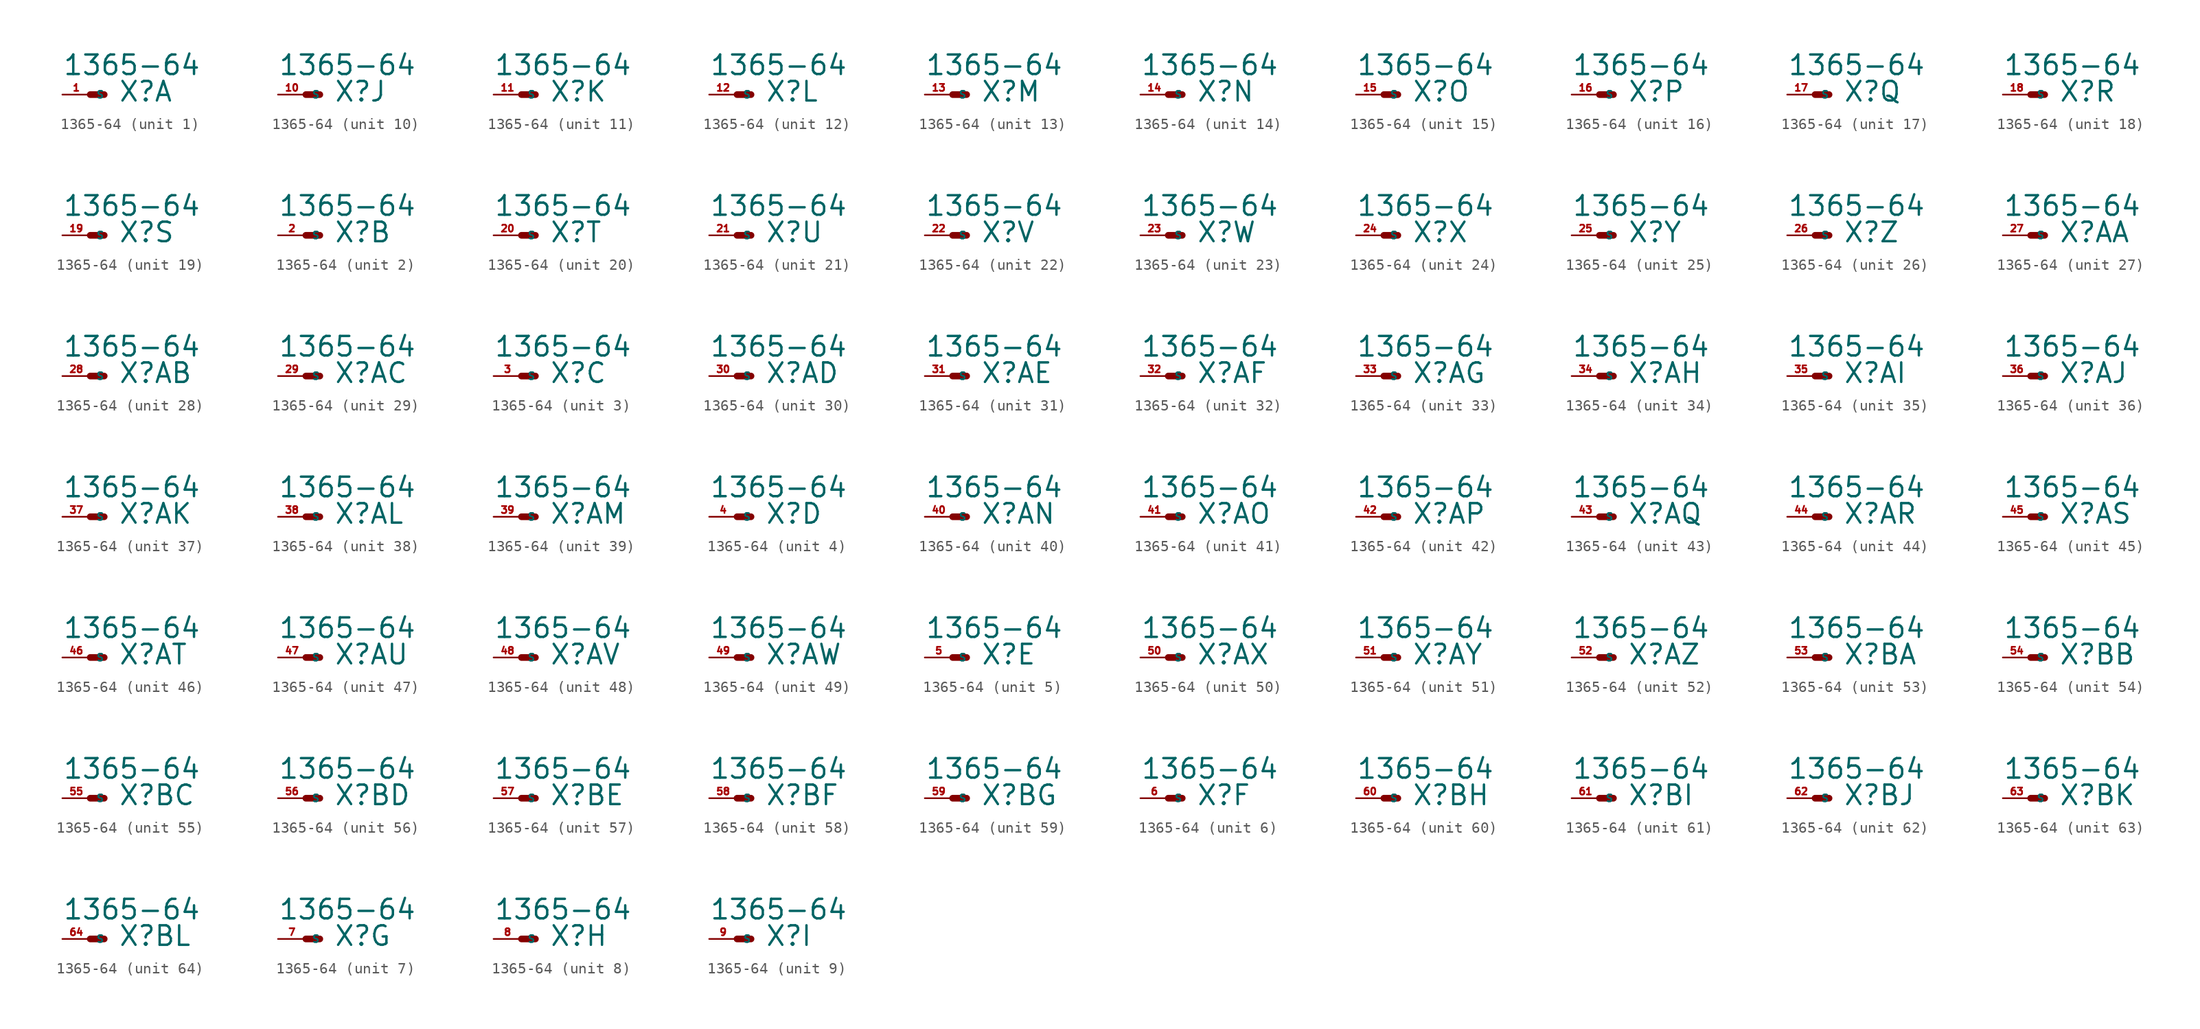
<source format=kicad_sym>
(kicad_symbol_lib
  (version 20220914)
  (generator Eagle2Kicad)
  (symbol "1365-64"
    (property "Reference" "X"
      (at 2.54 -0.762 0)
      (effects (font (size 1.778 1.778) (thickness 0.22)) (justify left bottom)))
    (property "Value" "1365-64"
      (at -2.54 1.651 0)
      (effects (font (size 1.778 1.778) (thickness 0.22)) (justify left bottom)))
    (symbol "1365-64_1_0"
      (polyline (pts (xy 0 0) (xy 1.27 0)) (stroke (width 0.61) (type default)) (fill (type none)))
      (pin passive line (at -2.54 0 0) (length 2.54) (name "S" (effects (font (size 0.635 0.635) (thickness 0.08)) (justify left bottom))) (number "1" (effects (font (size 0.635 0.635) (thickness 0.08)) (justify left bottom)))))
    (symbol "1365-64_2_0"
      (polyline (pts (xy 0 0) (xy 1.27 0)) (stroke (width 0.61) (type default)) (fill (type none)))
      (pin passive line (at -2.54 0 0) (length 2.54) (name "S" (effects (font (size 0.635 0.635) (thickness 0.08)) (justify left bottom))) (number "2" (effects (font (size 0.635 0.635) (thickness 0.08)) (justify left bottom)))))
    (symbol "1365-64_3_0"
      (polyline (pts (xy 0 0) (xy 1.27 0)) (stroke (width 0.61) (type default)) (fill (type none)))
      (pin passive line (at -2.54 0 0) (length 2.54) (name "S" (effects (font (size 0.635 0.635) (thickness 0.08)) (justify left bottom))) (number "3" (effects (font (size 0.635 0.635) (thickness 0.08)) (justify left bottom)))))
    (symbol "1365-64_4_0"
      (polyline (pts (xy 0 0) (xy 1.27 0)) (stroke (width 0.61) (type default)) (fill (type none)))
      (pin passive line (at -2.54 0 0) (length 2.54) (name "S" (effects (font (size 0.635 0.635) (thickness 0.08)) (justify left bottom))) (number "4" (effects (font (size 0.635 0.635) (thickness 0.08)) (justify left bottom)))))
    (symbol "1365-64_5_0"
      (polyline (pts (xy 0 0) (xy 1.27 0)) (stroke (width 0.61) (type default)) (fill (type none)))
      (pin passive line (at -2.54 0 0) (length 2.54) (name "S" (effects (font (size 0.635 0.635) (thickness 0.08)) (justify left bottom))) (number "5" (effects (font (size 0.635 0.635) (thickness 0.08)) (justify left bottom)))))
    (symbol "1365-64_6_0"
      (polyline (pts (xy 0 0) (xy 1.27 0)) (stroke (width 0.61) (type default)) (fill (type none)))
      (pin passive line (at -2.54 0 0) (length 2.54) (name "S" (effects (font (size 0.635 0.635) (thickness 0.08)) (justify left bottom))) (number "6" (effects (font (size 0.635 0.635) (thickness 0.08)) (justify left bottom)))))
    (symbol "1365-64_7_0"
      (polyline (pts (xy 0 0) (xy 1.27 0)) (stroke (width 0.61) (type default)) (fill (type none)))
      (pin passive line (at -2.54 0 0) (length 2.54) (name "S" (effects (font (size 0.635 0.635) (thickness 0.08)) (justify left bottom))) (number "7" (effects (font (size 0.635 0.635) (thickness 0.08)) (justify left bottom)))))
    (symbol "1365-64_8_0"
      (polyline (pts (xy 0 0) (xy 1.27 0)) (stroke (width 0.61) (type default)) (fill (type none)))
      (pin passive line (at -2.54 0 0) (length 2.54) (name "S" (effects (font (size 0.635 0.635) (thickness 0.08)) (justify left bottom))) (number "8" (effects (font (size 0.635 0.635) (thickness 0.08)) (justify left bottom)))))
    (symbol "1365-64_9_0"
      (polyline (pts (xy 0 0) (xy 1.27 0)) (stroke (width 0.61) (type default)) (fill (type none)))
      (pin passive line (at -2.54 0 0) (length 2.54) (name "S" (effects (font (size 0.635 0.635) (thickness 0.08)) (justify left bottom))) (number "9" (effects (font (size 0.635 0.635) (thickness 0.08)) (justify left bottom)))))
    (symbol "1365-64_10_0"
      (polyline (pts (xy 0 0) (xy 1.27 0)) (stroke (width 0.61) (type default)) (fill (type none)))
      (pin passive line (at -2.54 0 0) (length 2.54) (name "S" (effects (font (size 0.635 0.635) (thickness 0.08)) (justify left bottom))) (number "10" (effects (font (size 0.635 0.635) (thickness 0.08)) (justify left bottom)))))
    (symbol "1365-64_11_0"
      (polyline (pts (xy 0 0) (xy 1.27 0)) (stroke (width 0.61) (type default)) (fill (type none)))
      (pin passive line (at -2.54 0 0) (length 2.54) (name "S" (effects (font (size 0.635 0.635) (thickness 0.08)) (justify left bottom))) (number "11" (effects (font (size 0.635 0.635) (thickness 0.08)) (justify left bottom)))))
    (symbol "1365-64_12_0"
      (polyline (pts (xy 0 0) (xy 1.27 0)) (stroke (width 0.61) (type default)) (fill (type none)))
      (pin passive line (at -2.54 0 0) (length 2.54) (name "S" (effects (font (size 0.635 0.635) (thickness 0.08)) (justify left bottom))) (number "12" (effects (font (size 0.635 0.635) (thickness 0.08)) (justify left bottom)))))
    (symbol "1365-64_13_0"
      (polyline (pts (xy 0 0) (xy 1.27 0)) (stroke (width 0.61) (type default)) (fill (type none)))
      (pin passive line (at -2.54 0 0) (length 2.54) (name "S" (effects (font (size 0.635 0.635) (thickness 0.08)) (justify left bottom))) (number "13" (effects (font (size 0.635 0.635) (thickness 0.08)) (justify left bottom)))))
    (symbol "1365-64_14_0"
      (polyline (pts (xy 0 0) (xy 1.27 0)) (stroke (width 0.61) (type default)) (fill (type none)))
      (pin passive line (at -2.54 0 0) (length 2.54) (name "S" (effects (font (size 0.635 0.635) (thickness 0.08)) (justify left bottom))) (number "14" (effects (font (size 0.635 0.635) (thickness 0.08)) (justify left bottom)))))
    (symbol "1365-64_15_0"
      (polyline (pts (xy 0 0) (xy 1.27 0)) (stroke (width 0.61) (type default)) (fill (type none)))
      (pin passive line (at -2.54 0 0) (length 2.54) (name "S" (effects (font (size 0.635 0.635) (thickness 0.08)) (justify left bottom))) (number "15" (effects (font (size 0.635 0.635) (thickness 0.08)) (justify left bottom)))))
    (symbol "1365-64_16_0"
      (polyline (pts (xy 0 0) (xy 1.27 0)) (stroke (width 0.61) (type default)) (fill (type none)))
      (pin passive line (at -2.54 0 0) (length 2.54) (name "S" (effects (font (size 0.635 0.635) (thickness 0.08)) (justify left bottom))) (number "16" (effects (font (size 0.635 0.635) (thickness 0.08)) (justify left bottom)))))
    (symbol "1365-64_17_0"
      (polyline (pts (xy 0 0) (xy 1.27 0)) (stroke (width 0.61) (type default)) (fill (type none)))
      (pin passive line (at -2.54 0 0) (length 2.54) (name "S" (effects (font (size 0.635 0.635) (thickness 0.08)) (justify left bottom))) (number "17" (effects (font (size 0.635 0.635) (thickness 0.08)) (justify left bottom)))))
    (symbol "1365-64_18_0"
      (polyline (pts (xy 0 0) (xy 1.27 0)) (stroke (width 0.61) (type default)) (fill (type none)))
      (pin passive line (at -2.54 0 0) (length 2.54) (name "S" (effects (font (size 0.635 0.635) (thickness 0.08)) (justify left bottom))) (number "18" (effects (font (size 0.635 0.635) (thickness 0.08)) (justify left bottom)))))
    (symbol "1365-64_19_0"
      (polyline (pts (xy 0 0) (xy 1.27 0)) (stroke (width 0.61) (type default)) (fill (type none)))
      (pin passive line (at -2.54 0 0) (length 2.54) (name "S" (effects (font (size 0.635 0.635) (thickness 0.08)) (justify left bottom))) (number "19" (effects (font (size 0.635 0.635) (thickness 0.08)) (justify left bottom)))))
    (symbol "1365-64_20_0"
      (polyline (pts (xy 0 0) (xy 1.27 0)) (stroke (width 0.61) (type default)) (fill (type none)))
      (pin passive line (at -2.54 0 0) (length 2.54) (name "S" (effects (font (size 0.635 0.635) (thickness 0.08)) (justify left bottom))) (number "20" (effects (font (size 0.635 0.635) (thickness 0.08)) (justify left bottom)))))
    (symbol "1365-64_21_0"
      (polyline (pts (xy 0 0) (xy 1.27 0)) (stroke (width 0.61) (type default)) (fill (type none)))
      (pin passive line (at -2.54 0 0) (length 2.54) (name "S" (effects (font (size 0.635 0.635) (thickness 0.08)) (justify left bottom))) (number "21" (effects (font (size 0.635 0.635) (thickness 0.08)) (justify left bottom)))))
    (symbol "1365-64_22_0"
      (polyline (pts (xy 0 0) (xy 1.27 0)) (stroke (width 0.61) (type default)) (fill (type none)))
      (pin passive line (at -2.54 0 0) (length 2.54) (name "S" (effects (font (size 0.635 0.635) (thickness 0.08)) (justify left bottom))) (number "22" (effects (font (size 0.635 0.635) (thickness 0.08)) (justify left bottom)))))
    (symbol "1365-64_23_0"
      (polyline (pts (xy 0 0) (xy 1.27 0)) (stroke (width 0.61) (type default)) (fill (type none)))
      (pin passive line (at -2.54 0 0) (length 2.54) (name "S" (effects (font (size 0.635 0.635) (thickness 0.08)) (justify left bottom))) (number "23" (effects (font (size 0.635 0.635) (thickness 0.08)) (justify left bottom)))))
    (symbol "1365-64_24_0"
      (polyline (pts (xy 0 0) (xy 1.27 0)) (stroke (width 0.61) (type default)) (fill (type none)))
      (pin passive line (at -2.54 0 0) (length 2.54) (name "S" (effects (font (size 0.635 0.635) (thickness 0.08)) (justify left bottom))) (number "24" (effects (font (size 0.635 0.635) (thickness 0.08)) (justify left bottom)))))
    (symbol "1365-64_25_0"
      (polyline (pts (xy 0 0) (xy 1.27 0)) (stroke (width 0.61) (type default)) (fill (type none)))
      (pin passive line (at -2.54 0 0) (length 2.54) (name "S" (effects (font (size 0.635 0.635) (thickness 0.08)) (justify left bottom))) (number "25" (effects (font (size 0.635 0.635) (thickness 0.08)) (justify left bottom)))))
    (symbol "1365-64_26_0"
      (polyline (pts (xy 0 0) (xy 1.27 0)) (stroke (width 0.61) (type default)) (fill (type none)))
      (pin passive line (at -2.54 0 0) (length 2.54) (name "S" (effects (font (size 0.635 0.635) (thickness 0.08)) (justify left bottom))) (number "26" (effects (font (size 0.635 0.635) (thickness 0.08)) (justify left bottom)))))
    (symbol "1365-64_27_0"
      (polyline (pts (xy 0 0) (xy 1.27 0)) (stroke (width 0.61) (type default)) (fill (type none)))
      (pin passive line (at -2.54 0 0) (length 2.54) (name "S" (effects (font (size 0.635 0.635) (thickness 0.08)) (justify left bottom))) (number "27" (effects (font (size 0.635 0.635) (thickness 0.08)) (justify left bottom)))))
    (symbol "1365-64_28_0"
      (polyline (pts (xy 0 0) (xy 1.27 0)) (stroke (width 0.61) (type default)) (fill (type none)))
      (pin passive line (at -2.54 0 0) (length 2.54) (name "S" (effects (font (size 0.635 0.635) (thickness 0.08)) (justify left bottom))) (number "28" (effects (font (size 0.635 0.635) (thickness 0.08)) (justify left bottom)))))
    (symbol "1365-64_29_0"
      (polyline (pts (xy 0 0) (xy 1.27 0)) (stroke (width 0.61) (type default)) (fill (type none)))
      (pin passive line (at -2.54 0 0) (length 2.54) (name "S" (effects (font (size 0.635 0.635) (thickness 0.08)) (justify left bottom))) (number "29" (effects (font (size 0.635 0.635) (thickness 0.08)) (justify left bottom)))))
    (symbol "1365-64_30_0"
      (polyline (pts (xy 0 0) (xy 1.27 0)) (stroke (width 0.61) (type default)) (fill (type none)))
      (pin passive line (at -2.54 0 0) (length 2.54) (name "S" (effects (font (size 0.635 0.635) (thickness 0.08)) (justify left bottom))) (number "30" (effects (font (size 0.635 0.635) (thickness 0.08)) (justify left bottom)))))
    (symbol "1365-64_31_0"
      (polyline (pts (xy 0 0) (xy 1.27 0)) (stroke (width 0.61) (type default)) (fill (type none)))
      (pin passive line (at -2.54 0 0) (length 2.54) (name "S" (effects (font (size 0.635 0.635) (thickness 0.08)) (justify left bottom))) (number "31" (effects (font (size 0.635 0.635) (thickness 0.08)) (justify left bottom)))))
    (symbol "1365-64_32_0"
      (polyline (pts (xy 0 0) (xy 1.27 0)) (stroke (width 0.61) (type default)) (fill (type none)))
      (pin passive line (at -2.54 0 0) (length 2.54) (name "S" (effects (font (size 0.635 0.635) (thickness 0.08)) (justify left bottom))) (number "32" (effects (font (size 0.635 0.635) (thickness 0.08)) (justify left bottom)))))
    (symbol "1365-64_33_0"
      (polyline (pts (xy 0 0) (xy 1.27 0)) (stroke (width 0.61) (type default)) (fill (type none)))
      (pin passive line (at -2.54 0 0) (length 2.54) (name "S" (effects (font (size 0.635 0.635) (thickness 0.08)) (justify left bottom))) (number "33" (effects (font (size 0.635 0.635) (thickness 0.08)) (justify left bottom)))))
    (symbol "1365-64_34_0"
      (polyline (pts (xy 0 0) (xy 1.27 0)) (stroke (width 0.61) (type default)) (fill (type none)))
      (pin passive line (at -2.54 0 0) (length 2.54) (name "S" (effects (font (size 0.635 0.635) (thickness 0.08)) (justify left bottom))) (number "34" (effects (font (size 0.635 0.635) (thickness 0.08)) (justify left bottom)))))
    (symbol "1365-64_35_0"
      (polyline (pts (xy 0 0) (xy 1.27 0)) (stroke (width 0.61) (type default)) (fill (type none)))
      (pin passive line (at -2.54 0 0) (length 2.54) (name "S" (effects (font (size 0.635 0.635) (thickness 0.08)) (justify left bottom))) (number "35" (effects (font (size 0.635 0.635) (thickness 0.08)) (justify left bottom)))))
    (symbol "1365-64_36_0"
      (polyline (pts (xy 0 0) (xy 1.27 0)) (stroke (width 0.61) (type default)) (fill (type none)))
      (pin passive line (at -2.54 0 0) (length 2.54) (name "S" (effects (font (size 0.635 0.635) (thickness 0.08)) (justify left bottom))) (number "36" (effects (font (size 0.635 0.635) (thickness 0.08)) (justify left bottom)))))
    (symbol "1365-64_37_0"
      (polyline (pts (xy 0 0) (xy 1.27 0)) (stroke (width 0.61) (type default)) (fill (type none)))
      (pin passive line (at -2.54 0 0) (length 2.54) (name "S" (effects (font (size 0.635 0.635) (thickness 0.08)) (justify left bottom))) (number "37" (effects (font (size 0.635 0.635) (thickness 0.08)) (justify left bottom)))))
    (symbol "1365-64_38_0"
      (polyline (pts (xy 0 0) (xy 1.27 0)) (stroke (width 0.61) (type default)) (fill (type none)))
      (pin passive line (at -2.54 0 0) (length 2.54) (name "S" (effects (font (size 0.635 0.635) (thickness 0.08)) (justify left bottom))) (number "38" (effects (font (size 0.635 0.635) (thickness 0.08)) (justify left bottom)))))
    (symbol "1365-64_39_0"
      (polyline (pts (xy 0 0) (xy 1.27 0)) (stroke (width 0.61) (type default)) (fill (type none)))
      (pin passive line (at -2.54 0 0) (length 2.54) (name "S" (effects (font (size 0.635 0.635) (thickness 0.08)) (justify left bottom))) (number "39" (effects (font (size 0.635 0.635) (thickness 0.08)) (justify left bottom)))))
    (symbol "1365-64_40_0"
      (polyline (pts (xy 0 0) (xy 1.27 0)) (stroke (width 0.61) (type default)) (fill (type none)))
      (pin passive line (at -2.54 0 0) (length 2.54) (name "S" (effects (font (size 0.635 0.635) (thickness 0.08)) (justify left bottom))) (number "40" (effects (font (size 0.635 0.635) (thickness 0.08)) (justify left bottom)))))
    (symbol "1365-64_41_0"
      (polyline (pts (xy 0 0) (xy 1.27 0)) (stroke (width 0.61) (type default)) (fill (type none)))
      (pin passive line (at -2.54 0 0) (length 2.54) (name "S" (effects (font (size 0.635 0.635) (thickness 0.08)) (justify left bottom))) (number "41" (effects (font (size 0.635 0.635) (thickness 0.08)) (justify left bottom)))))
    (symbol "1365-64_42_0"
      (polyline (pts (xy 0 0) (xy 1.27 0)) (stroke (width 0.61) (type default)) (fill (type none)))
      (pin passive line (at -2.54 0 0) (length 2.54) (name "S" (effects (font (size 0.635 0.635) (thickness 0.08)) (justify left bottom))) (number "42" (effects (font (size 0.635 0.635) (thickness 0.08)) (justify left bottom)))))
    (symbol "1365-64_43_0"
      (polyline (pts (xy 0 0) (xy 1.27 0)) (stroke (width 0.61) (type default)) (fill (type none)))
      (pin passive line (at -2.54 0 0) (length 2.54) (name "S" (effects (font (size 0.635 0.635) (thickness 0.08)) (justify left bottom))) (number "43" (effects (font (size 0.635 0.635) (thickness 0.08)) (justify left bottom)))))
    (symbol "1365-64_44_0"
      (polyline (pts (xy 0 0) (xy 1.27 0)) (stroke (width 0.61) (type default)) (fill (type none)))
      (pin passive line (at -2.54 0 0) (length 2.54) (name "S" (effects (font (size 0.635 0.635) (thickness 0.08)) (justify left bottom))) (number "44" (effects (font (size 0.635 0.635) (thickness 0.08)) (justify left bottom)))))
    (symbol "1365-64_45_0"
      (polyline (pts (xy 0 0) (xy 1.27 0)) (stroke (width 0.61) (type default)) (fill (type none)))
      (pin passive line (at -2.54 0 0) (length 2.54) (name "S" (effects (font (size 0.635 0.635) (thickness 0.08)) (justify left bottom))) (number "45" (effects (font (size 0.635 0.635) (thickness 0.08)) (justify left bottom)))))
    (symbol "1365-64_46_0"
      (polyline (pts (xy 0 0) (xy 1.27 0)) (stroke (width 0.61) (type default)) (fill (type none)))
      (pin passive line (at -2.54 0 0) (length 2.54) (name "S" (effects (font (size 0.635 0.635) (thickness 0.08)) (justify left bottom))) (number "46" (effects (font (size 0.635 0.635) (thickness 0.08)) (justify left bottom)))))
    (symbol "1365-64_47_0"
      (polyline (pts (xy 0 0) (xy 1.27 0)) (stroke (width 0.61) (type default)) (fill (type none)))
      (pin passive line (at -2.54 0 0) (length 2.54) (name "S" (effects (font (size 0.635 0.635) (thickness 0.08)) (justify left bottom))) (number "47" (effects (font (size 0.635 0.635) (thickness 0.08)) (justify left bottom)))))
    (symbol "1365-64_48_0"
      (polyline (pts (xy 0 0) (xy 1.27 0)) (stroke (width 0.61) (type default)) (fill (type none)))
      (pin passive line (at -2.54 0 0) (length 2.54) (name "S" (effects (font (size 0.635 0.635) (thickness 0.08)) (justify left bottom))) (number "48" (effects (font (size 0.635 0.635) (thickness 0.08)) (justify left bottom)))))
    (symbol "1365-64_49_0"
      (polyline (pts (xy 0 0) (xy 1.27 0)) (stroke (width 0.61) (type default)) (fill (type none)))
      (pin passive line (at -2.54 0 0) (length 2.54) (name "S" (effects (font (size 0.635 0.635) (thickness 0.08)) (justify left bottom))) (number "49" (effects (font (size 0.635 0.635) (thickness 0.08)) (justify left bottom)))))
    (symbol "1365-64_50_0"
      (polyline (pts (xy 0 0) (xy 1.27 0)) (stroke (width 0.61) (type default)) (fill (type none)))
      (pin passive line (at -2.54 0 0) (length 2.54) (name "S" (effects (font (size 0.635 0.635) (thickness 0.08)) (justify left bottom))) (number "50" (effects (font (size 0.635 0.635) (thickness 0.08)) (justify left bottom)))))
    (symbol "1365-64_51_0"
      (polyline (pts (xy 0 0) (xy 1.27 0)) (stroke (width 0.61) (type default)) (fill (type none)))
      (pin passive line (at -2.54 0 0) (length 2.54) (name "S" (effects (font (size 0.635 0.635) (thickness 0.08)) (justify left bottom))) (number "51" (effects (font (size 0.635 0.635) (thickness 0.08)) (justify left bottom)))))
    (symbol "1365-64_52_0"
      (polyline (pts (xy 0 0) (xy 1.27 0)) (stroke (width 0.61) (type default)) (fill (type none)))
      (pin passive line (at -2.54 0 0) (length 2.54) (name "S" (effects (font (size 0.635 0.635) (thickness 0.08)) (justify left bottom))) (number "52" (effects (font (size 0.635 0.635) (thickness 0.08)) (justify left bottom)))))
    (symbol "1365-64_53_0"
      (polyline (pts (xy 0 0) (xy 1.27 0)) (stroke (width 0.61) (type default)) (fill (type none)))
      (pin passive line (at -2.54 0 0) (length 2.54) (name "S" (effects (font (size 0.635 0.635) (thickness 0.08)) (justify left bottom))) (number "53" (effects (font (size 0.635 0.635) (thickness 0.08)) (justify left bottom)))))
    (symbol "1365-64_54_0"
      (polyline (pts (xy 0 0) (xy 1.27 0)) (stroke (width 0.61) (type default)) (fill (type none)))
      (pin passive line (at -2.54 0 0) (length 2.54) (name "S" (effects (font (size 0.635 0.635) (thickness 0.08)) (justify left bottom))) (number "54" (effects (font (size 0.635 0.635) (thickness 0.08)) (justify left bottom)))))
    (symbol "1365-64_55_0"
      (polyline (pts (xy 0 0) (xy 1.27 0)) (stroke (width 0.61) (type default)) (fill (type none)))
      (pin passive line (at -2.54 0 0) (length 2.54) (name "S" (effects (font (size 0.635 0.635) (thickness 0.08)) (justify left bottom))) (number "55" (effects (font (size 0.635 0.635) (thickness 0.08)) (justify left bottom)))))
    (symbol "1365-64_56_0"
      (polyline (pts (xy 0 0) (xy 1.27 0)) (stroke (width 0.61) (type default)) (fill (type none)))
      (pin passive line (at -2.54 0 0) (length 2.54) (name "S" (effects (font (size 0.635 0.635) (thickness 0.08)) (justify left bottom))) (number "56" (effects (font (size 0.635 0.635) (thickness 0.08)) (justify left bottom)))))
    (symbol "1365-64_57_0"
      (polyline (pts (xy 0 0) (xy 1.27 0)) (stroke (width 0.61) (type default)) (fill (type none)))
      (pin passive line (at -2.54 0 0) (length 2.54) (name "S" (effects (font (size 0.635 0.635) (thickness 0.08)) (justify left bottom))) (number "57" (effects (font (size 0.635 0.635) (thickness 0.08)) (justify left bottom)))))
    (symbol "1365-64_58_0"
      (polyline (pts (xy 0 0) (xy 1.27 0)) (stroke (width 0.61) (type default)) (fill (type none)))
      (pin passive line (at -2.54 0 0) (length 2.54) (name "S" (effects (font (size 0.635 0.635) (thickness 0.08)) (justify left bottom))) (number "58" (effects (font (size 0.635 0.635) (thickness 0.08)) (justify left bottom)))))
    (symbol "1365-64_59_0"
      (polyline (pts (xy 0 0) (xy 1.27 0)) (stroke (width 0.61) (type default)) (fill (type none)))
      (pin passive line (at -2.54 0 0) (length 2.54) (name "S" (effects (font (size 0.635 0.635) (thickness 0.08)) (justify left bottom))) (number "59" (effects (font (size 0.635 0.635) (thickness 0.08)) (justify left bottom)))))
    (symbol "1365-64_60_0"
      (polyline (pts (xy 0 0) (xy 1.27 0)) (stroke (width 0.61) (type default)) (fill (type none)))
      (pin passive line (at -2.54 0 0) (length 2.54) (name "S" (effects (font (size 0.635 0.635) (thickness 0.08)) (justify left bottom))) (number "60" (effects (font (size 0.635 0.635) (thickness 0.08)) (justify left bottom)))))
    (symbol "1365-64_61_0"
      (polyline (pts (xy 0 0) (xy 1.27 0)) (stroke (width 0.61) (type default)) (fill (type none)))
      (pin passive line (at -2.54 0 0) (length 2.54) (name "S" (effects (font (size 0.635 0.635) (thickness 0.08)) (justify left bottom))) (number "61" (effects (font (size 0.635 0.635) (thickness 0.08)) (justify left bottom)))))
    (symbol "1365-64_62_0"
      (polyline (pts (xy 0 0) (xy 1.27 0)) (stroke (width 0.61) (type default)) (fill (type none)))
      (pin passive line (at -2.54 0 0) (length 2.54) (name "S" (effects (font (size 0.635 0.635) (thickness 0.08)) (justify left bottom))) (number "62" (effects (font (size 0.635 0.635) (thickness 0.08)) (justify left bottom)))))
    (symbol "1365-64_63_0"
      (polyline (pts (xy 0 0) (xy 1.27 0)) (stroke (width 0.61) (type default)) (fill (type none)))
      (pin passive line (at -2.54 0 0) (length 2.54) (name "S" (effects (font (size 0.635 0.635) (thickness 0.08)) (justify left bottom))) (number "63" (effects (font (size 0.635 0.635) (thickness 0.08)) (justify left bottom)))))
    (symbol "1365-64_64_0"
      (polyline (pts (xy 0 0) (xy 1.27 0)) (stroke (width 0.61) (type default)) (fill (type none)))
      (pin passive line (at -2.54 0 0) (length 2.54) (name "S" (effects (font (size 0.635 0.635) (thickness 0.08)) (justify left bottom))) (number "64" (effects (font (size 0.635 0.635) (thickness 0.08)) (justify left bottom)))))))
</source>
